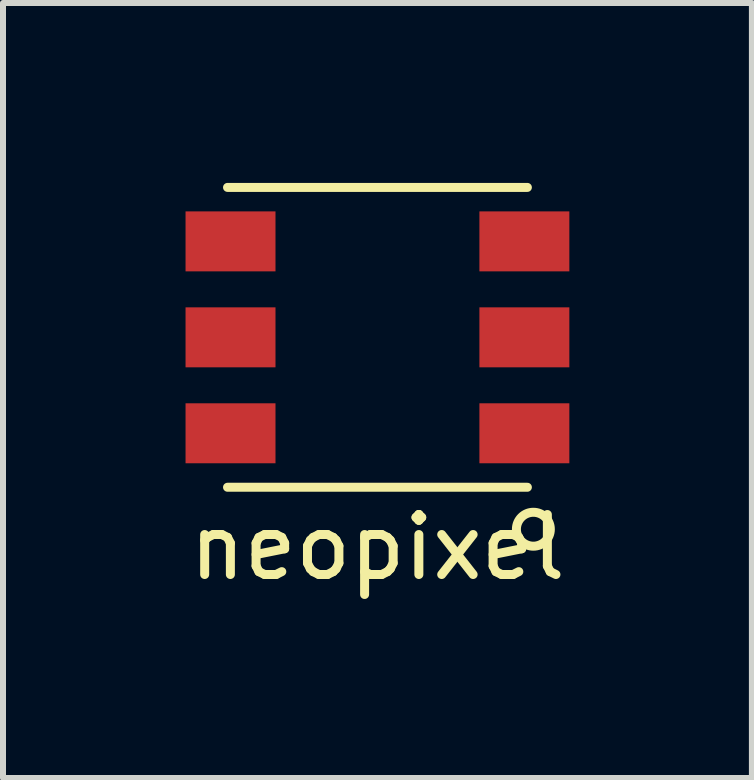
<source format=kicad_pcb>
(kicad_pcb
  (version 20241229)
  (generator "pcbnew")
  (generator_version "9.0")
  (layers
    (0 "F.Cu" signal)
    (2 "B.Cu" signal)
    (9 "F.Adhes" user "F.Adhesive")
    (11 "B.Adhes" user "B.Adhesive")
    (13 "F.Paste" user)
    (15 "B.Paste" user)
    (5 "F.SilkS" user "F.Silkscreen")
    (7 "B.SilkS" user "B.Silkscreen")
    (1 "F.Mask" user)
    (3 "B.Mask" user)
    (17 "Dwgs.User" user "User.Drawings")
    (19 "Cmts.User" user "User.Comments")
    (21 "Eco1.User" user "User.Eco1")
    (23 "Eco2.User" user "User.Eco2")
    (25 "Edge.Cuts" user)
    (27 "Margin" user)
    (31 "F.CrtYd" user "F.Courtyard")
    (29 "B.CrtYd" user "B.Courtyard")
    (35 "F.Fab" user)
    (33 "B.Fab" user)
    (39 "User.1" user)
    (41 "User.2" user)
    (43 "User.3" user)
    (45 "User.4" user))
  (footprint "neopixel"
    (layer "F.Cu")
    (at 3.244 2.575)
    (property "Reference" "neopixel" (at 0 3.5 0) (layer "F.SilkS") (effects (font (size 1 1) (thickness 0.15))))
    (attr through_hole)
    (fp_line (start -2.5 -2.5) (end 2.5 -2.5) (stroke (width 0.15) (type solid)) (layer "F.SilkS"))
    (fp_line (start -2.5 2.5) (end 2.5 2.5) (stroke (width 0.15) (type solid)) (layer "F.SilkS"))
    (fp_circle (center 2.6 3.2) (end 2.8 3.4) (stroke (width 0.15) (type solid)) (fill no) (layer "F.SilkS"))
    (pad "1" smd rect (at 2.45 1.6) (size 1.5 1) (layers "F.Cu" "F.Mask" "F.Paste"))
    (pad "2" smd rect (at 2.45 0) (size 1.5 1) (layers "F.Cu" "F.Mask" "F.Paste"))
    (pad "3" smd rect (at 2.45 -1.6) (size 1.5 1) (layers "F.Cu" "F.Mask" "F.Paste"))
    (pad "4" smd rect (at -2.45 -1.6) (size 1.5 1) (layers "F.Cu" "F.Mask" "F.Paste"))
    (pad "5" smd rect (at -2.45 0) (size 1.5 1) (layers "F.Cu" "F.Mask" "F.Paste"))
    (pad "6" smd rect (at -2.45 1.6) (size 1.5 1) (layers "F.Cu" "F.Mask" "F.Paste")))
  (gr_rect
    (start -3 -3)
    (end 9.488 9.923)
    (stroke (width 0.1) (type default))
    (fill no)
    (layer "Edge.Cuts")))
</source>
